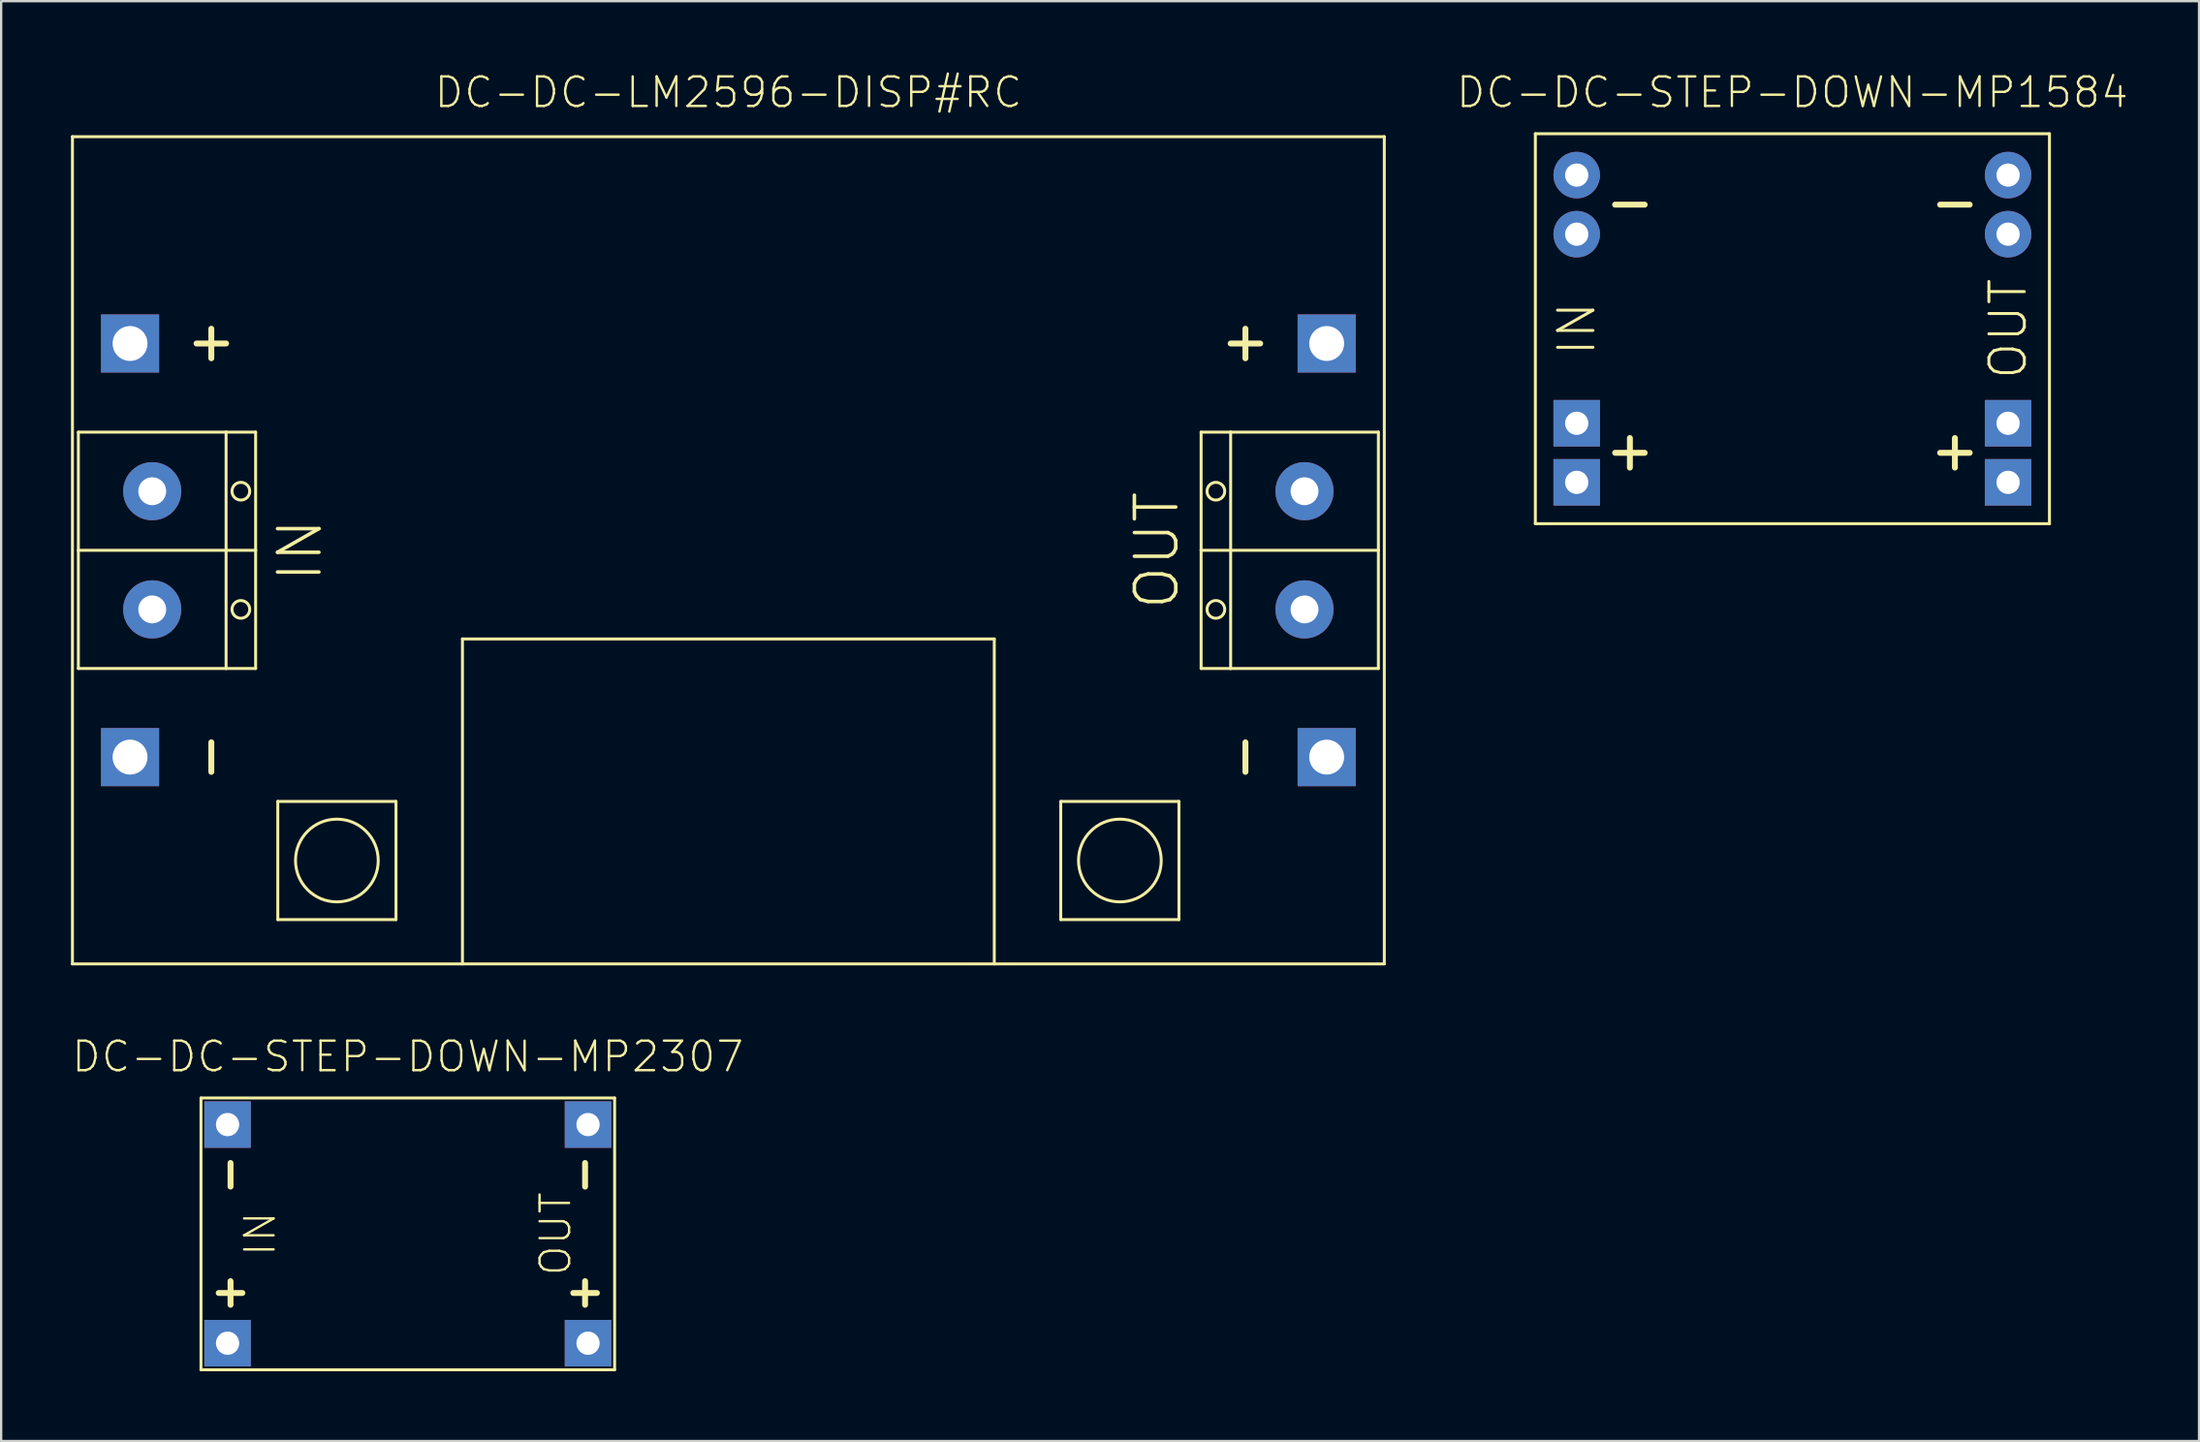
<source format=kicad_pcb>
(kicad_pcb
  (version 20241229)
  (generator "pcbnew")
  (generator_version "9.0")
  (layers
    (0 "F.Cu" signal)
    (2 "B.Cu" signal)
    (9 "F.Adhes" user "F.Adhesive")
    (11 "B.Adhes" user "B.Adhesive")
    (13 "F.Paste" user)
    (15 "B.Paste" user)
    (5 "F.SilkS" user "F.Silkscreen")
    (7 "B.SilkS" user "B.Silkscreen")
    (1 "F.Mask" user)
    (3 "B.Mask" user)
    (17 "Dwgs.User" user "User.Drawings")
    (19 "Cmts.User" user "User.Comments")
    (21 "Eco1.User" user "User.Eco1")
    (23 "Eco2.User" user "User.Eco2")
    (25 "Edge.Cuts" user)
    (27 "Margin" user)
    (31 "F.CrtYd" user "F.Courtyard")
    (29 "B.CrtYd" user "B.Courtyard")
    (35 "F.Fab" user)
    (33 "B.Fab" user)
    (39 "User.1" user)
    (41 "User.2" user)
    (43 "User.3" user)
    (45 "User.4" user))
  (footprint "DC-DC-STEP-DOWN-MP2307"
    (layer "F.Cu")
    (at 14.479 49.991)
    (property "Reference" "DC-DC-STEP-DOWN-MP2307" (at 0 -7.62 0) (layer "F.SilkS") (effects (font (size 1.27 1.27) (thickness 0.102))))
    (attr exclude_from_pos_files exclude_from_bom)
    (fp_line (start -8.89 -5.842) (end 8.89 -5.842) (stroke (width 0.127) (type solid)) (layer "F.SilkS"))
    (fp_line (start -8.89 5.842) (end -8.89 -5.842) (stroke (width 0.127) (type solid)) (layer "F.SilkS"))
    (fp_line (start -8.128 2.54) (end -7.112 2.54) (stroke (width 0.254) (type solid)) (layer "F.SilkS"))
    (fp_line (start -7.62 -2.032) (end -7.62 -3.048) (stroke (width 0.254) (type solid)) (layer "F.SilkS"))
    (fp_line (start -7.62 2.032) (end -7.62 3.048) (stroke (width 0.254) (type solid)) (layer "F.SilkS"))
    (fp_line (start 7.112 2.54) (end 8.128 2.54) (stroke (width 0.254) (type solid)) (layer "F.SilkS"))
    (fp_line (start 7.62 -2.032) (end 7.62 -3.048) (stroke (width 0.254) (type solid)) (layer "F.SilkS"))
    (fp_line (start 7.62 2.032) (end 7.62 3.048) (stroke (width 0.254) (type solid)) (layer "F.SilkS"))
    (fp_line (start 8.89 -5.842) (end 8.89 5.842) (stroke (width 0.127) (type solid)) (layer "F.SilkS"))
    (fp_line (start 8.89 5.842) (end -8.89 5.842) (stroke (width 0.127) (type solid)) (layer "F.SilkS"))
    (fp_text user "OUT" (at 6.35 0 90) (layer "F.SilkS") (effects (font (size 1.27 1.27) (thickness 0.102))))
    (fp_text user "IN" (at -6.35 0 90) (layer "F.SilkS") (effects (font (size 1.27 1.27) (thickness 0.102))))
    (pad "IN+" thru_hole rect (at -7.747 4.699) (size 2 2) (drill 1) (layers "*.Cu" "*.Mask"))
    (pad "IN-" thru_hole rect (at -7.747 -4.699) (size 2 2) (drill 1) (layers "*.Cu" "*.Mask"))
    (pad "OUT+" thru_hole rect (at 7.747 4.699) (size 2 2) (drill 1) (layers "*.Cu" "*.Mask"))
    (pad "OUT-" thru_hole rect (at 7.747 -4.699) (size 2 2) (drill 1) (layers "*.Cu" "*.Mask")))
  (footprint "DC-DC-LM2596-DISP#RC"
    (layer "F.Cu")
    (at 28.258 20.606)
    (property "Reference" "DC-DC-LM2596-DISP#RC" (at 0 -19.685 0) (layer "F.SilkS") (effects (font (size 1.27 1.27) (thickness 0.102))))
    (attr exclude_from_pos_files exclude_from_bom)
    (fp_line (start -28.194 -17.78) (end 28.194 -17.78) (stroke (width 0.127) (type solid)) (layer "F.SilkS"))
    (fp_line (start -28.194 17.78) (end -28.194 -17.78) (stroke (width 0.127) (type solid)) (layer "F.SilkS"))
    (fp_line (start -27.94 -5.08) (end -21.59 -5.08) (stroke (width 0.127) (type solid)) (layer "F.SilkS"))
    (fp_line (start -27.94 0) (end -27.94 -5.08) (stroke (width 0.127) (type solid)) (layer "F.SilkS"))
    (fp_line (start -27.94 5.08) (end -27.94 0) (stroke (width 0.127) (type solid)) (layer "F.SilkS"))
    (fp_line (start -22.86 -8.89) (end -21.59 -8.89) (stroke (width 0.254) (type solid)) (layer "F.SilkS"))
    (fp_line (start -22.225 -9.525) (end -22.225 -8.255) (stroke (width 0.254) (type solid)) (layer "F.SilkS"))
    (fp_line (start -22.225 9.525) (end -22.225 8.255) (stroke (width 0.254) (type solid)) (layer "F.SilkS"))
    (fp_line (start -21.59 -5.08) (end -21.59 5.08) (stroke (width 0.127) (type solid)) (layer "F.SilkS"))
    (fp_line (start -21.59 -5.08) (end -20.32 -5.08) (stroke (width 0.127) (type solid)) (layer "F.SilkS"))
    (fp_line (start -21.59 5.08) (end -27.94 5.08) (stroke (width 0.127) (type solid)) (layer "F.SilkS"))
    (fp_line (start -20.32 -5.08) (end -20.32 0) (stroke (width 0.127) (type solid)) (layer "F.SilkS"))
    (fp_line (start -20.32 0) (end -27.94 0) (stroke (width 0.127) (type solid)) (layer "F.SilkS"))
    (fp_line (start -20.32 0) (end -20.32 5.08) (stroke (width 0.127) (type solid)) (layer "F.SilkS"))
    (fp_line (start -20.32 5.08) (end -21.59 5.08) (stroke (width 0.127) (type solid)) (layer "F.SilkS"))
    (fp_line (start -19.367 10.795) (end -14.287 10.795) (stroke (width 0.127) (type solid)) (layer "F.SilkS"))
    (fp_line (start -19.367 15.875) (end -19.367 10.795) (stroke (width 0.127) (type solid)) (layer "F.SilkS"))
    (fp_line (start -14.287 10.795) (end -14.287 15.875) (stroke (width 0.127) (type solid)) (layer "F.SilkS"))
    (fp_line (start -14.287 15.875) (end -19.367 15.875) (stroke (width 0.127) (type solid)) (layer "F.SilkS"))
    (fp_line (start -11.43 3.81) (end 11.43 3.81) (stroke (width 0.127) (type solid)) (layer "F.SilkS"))
    (fp_line (start -11.43 17.78) (end -28.194 17.78) (stroke (width 0.127) (type solid)) (layer "F.SilkS"))
    (fp_line (start -11.43 17.78) (end -11.43 3.81) (stroke (width 0.127) (type solid)) (layer "F.SilkS"))
    (fp_line (start 11.43 3.81) (end 11.43 17.78) (stroke (width 0.127) (type solid)) (layer "F.SilkS"))
    (fp_line (start 11.43 17.78) (end -11.43 17.78) (stroke (width 0.127) (type solid)) (layer "F.SilkS"))
    (fp_line (start 14.287 10.795) (end 19.367 10.795) (stroke (width 0.127) (type solid)) (layer "F.SilkS"))
    (fp_line (start 14.287 15.875) (end 14.287 10.795) (stroke (width 0.127) (type solid)) (layer "F.SilkS"))
    (fp_line (start 19.367 10.795) (end 19.367 15.875) (stroke (width 0.127) (type solid)) (layer "F.SilkS"))
    (fp_line (start 19.367 15.875) (end 14.287 15.875) (stroke (width 0.127) (type solid)) (layer "F.SilkS"))
    (fp_line (start 20.32 -5.08) (end 21.59 -5.08) (stroke (width 0.127) (type solid)) (layer "F.SilkS"))
    (fp_line (start 20.32 0) (end 20.32 -5.08) (stroke (width 0.127) (type solid)) (layer "F.SilkS"))
    (fp_line (start 20.32 0) (end 27.94 0) (stroke (width 0.127) (type solid)) (layer "F.SilkS"))
    (fp_line (start 20.32 5.08) (end 20.32 0) (stroke (width 0.127) (type solid)) (layer "F.SilkS"))
    (fp_line (start 21.59 -8.89) (end 22.86 -8.89) (stroke (width 0.254) (type solid)) (layer "F.SilkS"))
    (fp_line (start 21.59 -5.08) (end 27.94 -5.08) (stroke (width 0.127) (type solid)) (layer "F.SilkS"))
    (fp_line (start 21.59 5.08) (end 20.32 5.08) (stroke (width 0.127) (type solid)) (layer "F.SilkS"))
    (fp_line (start 21.59 5.08) (end 21.59 -5.08) (stroke (width 0.127) (type solid)) (layer "F.SilkS"))
    (fp_line (start 22.225 -9.525) (end 22.225 -8.255) (stroke (width 0.254) (type solid)) (layer "F.SilkS"))
    (fp_line (start 22.225 9.525) (end 22.225 8.255) (stroke (width 0.254) (type solid)) (layer "F.SilkS"))
    (fp_line (start 27.94 -5.08) (end 27.94 0) (stroke (width 0.127) (type solid)) (layer "F.SilkS"))
    (fp_line (start 27.94 0) (end 27.94 5.08) (stroke (width 0.127) (type solid)) (layer "F.SilkS"))
    (fp_line (start 27.94 5.08) (end 21.59 5.08) (stroke (width 0.127) (type solid)) (layer "F.SilkS"))
    (fp_line (start 28.194 -17.78) (end 28.194 17.78) (stroke (width 0.127) (type solid)) (layer "F.SilkS"))
    (fp_line (start 28.194 17.78) (end 11.43 17.78) (stroke (width 0.127) (type solid)) (layer "F.SilkS"))
    (fp_circle (center -20.955 -2.54) (end -20.955 -2.921) (stroke (width 0.127) (type solid)) (fill no) (layer "F.SilkS"))
    (fp_circle (center -20.955 2.54) (end -20.955 2.159) (stroke (width 0.127) (type solid)) (fill no) (layer "F.SilkS"))
    (fp_circle (center -16.828 13.335) (end -16.828 11.557) (stroke (width 0.127) (type solid)) (fill no) (layer "F.SilkS"))
    (fp_circle (center 16.828 13.335) (end 16.828 11.557) (stroke (width 0.127) (type solid)) (fill no) (layer "F.SilkS"))
    (fp_circle (center 20.955 -2.54) (end 20.955 -2.921) (stroke (width 0.127) (type solid)) (fill no) (layer "F.SilkS"))
    (fp_circle (center 20.955 2.54) (end 20.955 2.159) (stroke (width 0.127) (type solid)) (fill no) (layer "F.SilkS"))
    (fp_text user "IN" (at -18.415 0 90) (layer "F.SilkS") (effects (font (size 1.778 1.778) (thickness 0.152))))
    (fp_text user "OUT" (at 18.415 0 90) (layer "F.SilkS") (effects (font (size 1.778 1.778) (thickness 0.152))))
    (pad "IN+" thru_hole rect (at -25.718 -8.89) (size 2.499 2.499) (drill 1.499) (layers "*.Cu" "*.Paste" "*.Mask"))
    (pad "IN-" thru_hole rect (at -25.718 8.89) (size 2.499 2.499) (drill 1.499) (layers "*.Cu" "*.Paste" "*.Mask"))
    (pad "OUT+" thru_hole rect (at 25.718 -8.89) (size 2.499 2.499) (drill 1.499) (layers "*.Cu" "*.Paste" "*.Mask"))
    (pad "OUT-" thru_hole rect (at 25.718 8.89) (size 2.499 2.499) (drill 1.499) (layers "*.Cu" "*.Paste" "*.Mask"))
    (pad "P1.1" thru_hole circle (at -24.765 -2.54) (size 2.499 2.499) (drill 1.199) (layers "*.Cu" "*.Paste" "*.Mask"))
    (pad "P1.2" thru_hole circle (at -24.765 2.54) (size 2.499 2.499) (drill 1.199) (layers "*.Cu" "*.Paste" "*.Mask"))
    (pad "P2.1" thru_hole circle (at 24.765 2.54) (size 2.499 2.499) (drill 1.199) (layers "*.Cu" "*.Paste" "*.Mask"))
    (pad "P2.2" thru_hole circle (at 24.765 -2.54) (size 2.499 2.499) (drill 1.199) (layers "*.Cu" "*.Paste" "*.Mask")))
  (footprint "DC-DC-STEP-DOWN-MP1584"
    (layer "F.Cu")
    (at 73.994 11.081)
    (property "Reference" "DC-DC-STEP-DOWN-MP1584" (at 0 -10.16 0) (layer "F.SilkS") (effects (font (size 1.27 1.27) (thickness 0.102))))
    (attr exclude_from_pos_files exclude_from_bom)
    (fp_line (start -11.049 -8.382) (end 11.049 -8.382) (stroke (width 0.127) (type solid)) (layer "F.SilkS"))
    (fp_line (start -11.049 8.382) (end -11.049 -8.382) (stroke (width 0.127) (type solid)) (layer "F.SilkS"))
    (fp_line (start -7.62 5.334) (end -6.35 5.334) (stroke (width 0.254) (type solid)) (layer "F.SilkS"))
    (fp_line (start -6.985 5.969) (end -6.985 4.699) (stroke (width 0.254) (type solid)) (layer "F.SilkS"))
    (fp_line (start -6.35 -5.334) (end -7.62 -5.334) (stroke (width 0.254) (type solid)) (layer "F.SilkS"))
    (fp_line (start 6.35 5.334) (end 7.62 5.334) (stroke (width 0.254) (type solid)) (layer "F.SilkS"))
    (fp_line (start 6.985 5.969) (end 6.985 4.699) (stroke (width 0.254) (type solid)) (layer "F.SilkS"))
    (fp_line (start 7.62 -5.334) (end 6.35 -5.334) (stroke (width 0.254) (type solid)) (layer "F.SilkS"))
    (fp_line (start 11.049 -8.382) (end 11.049 8.382) (stroke (width 0.127) (type solid)) (layer "F.SilkS"))
    (fp_line (start 11.049 8.382) (end -11.049 8.382) (stroke (width 0.127) (type solid)) (layer "F.SilkS"))
    (fp_text user "OUT" (at 9.271 0 90) (layer "F.SilkS") (effects (font (size 1.524 1.524) (thickness 0.127))))
    (fp_text user "IN" (at -9.271 0 90) (layer "F.SilkS") (effects (font (size 1.524 1.524) (thickness 0.127))))
    (pad "IN+.1" thru_hole rect (at -9.271 4.064) (size 2 2) (drill 1) (layers "*.Cu" "*.Mask"))
    (pad "IN+.2" thru_hole rect (at -9.271 6.604) (size 2 2) (drill 1) (layers "*.Cu" "*.Mask"))
    (pad "IN-.1" thru_hole circle (at -9.271 -6.604) (size 2 2) (drill 1) (layers "*.Cu" "*.Mask"))
    (pad "IN-.2" thru_hole circle (at -9.271 -4.064) (size 2 2) (drill 1) (layers "*.Cu" "*.Mask"))
    (pad "OUT+.1" thru_hole rect (at 9.271 4.064) (size 2 2) (drill 1) (layers "*.Cu" "*.Mask"))
    (pad "OUT+.2" thru_hole rect (at 9.271 6.604) (size 2 2) (drill 1) (layers "*.Cu" "*.Mask"))
    (pad "OUT-.1" thru_hole circle (at 9.271 -6.604) (size 2 2) (drill 1) (layers "*.Cu" "*.Mask"))
    (pad "OUT-.2" thru_hole circle (at 9.271 -4.064) (size 2 2) (drill 1) (layers "*.Cu" "*.Mask")))
  (gr_rect
    (start -3 -3)
    (end 91.473 58.897)
    (stroke (width 0.1) (type default))
    (fill no)
    (layer "Edge.Cuts")))
</source>
